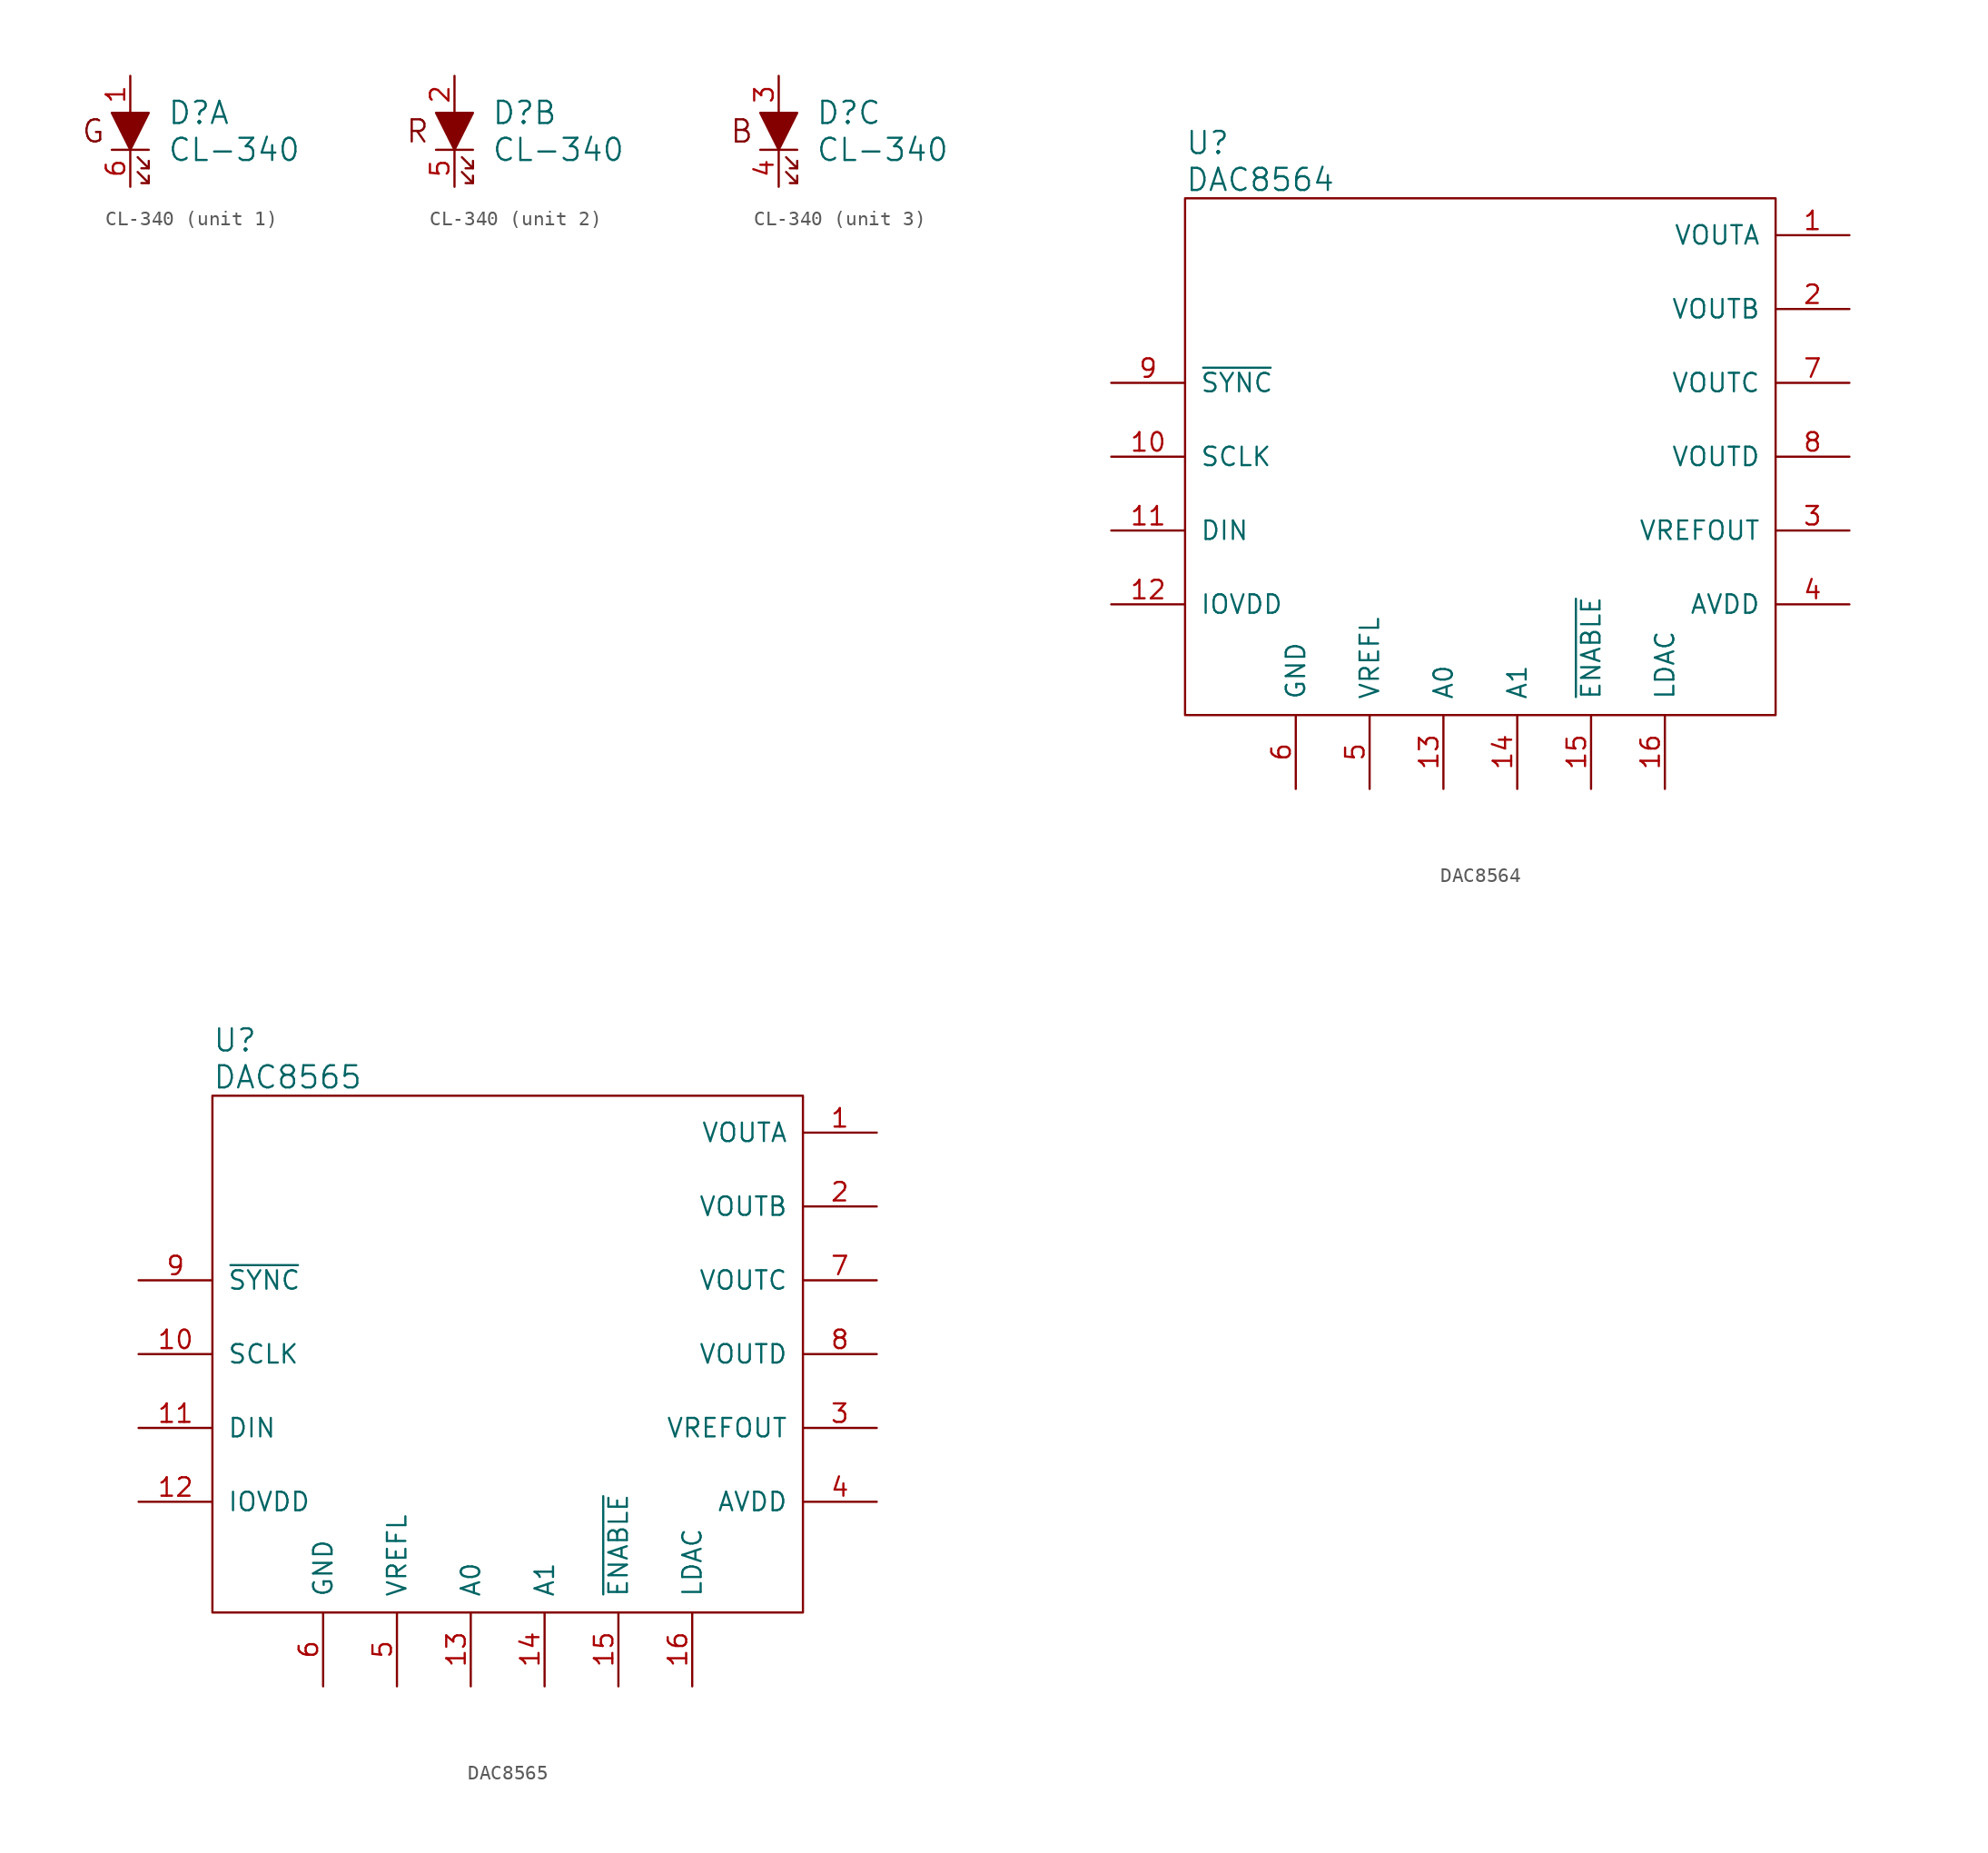
<source format=kicad_sym>
(kicad_symbol_lib
  (version 20211014)
  (generator kicad_symbol_editor)
  (symbol "CL-340"
    (pin_names
      (offset 1.016))
    (property "Reference" "D"
      (at 2.54 1.27 0)
      (effects (font (size 1.524 1.524)) (justify left)))
    (property "Value" "CL-340"
      (at 2.54 -1.27 0)
      (effects (font (size 1.524 1.524)) (justify left)))
    (property "ki_locked" ""
      (at 0 0 0)
      (effects (font (size 1.27 1.27))))
    (symbol "CL-340_0_1"
      (polyline (pts (xy -1.27 -1.27) (xy 1.27 -1.27)) (stroke (width 0) (type default) (color 0 0 0 0)) (fill (type none)))
      (polyline (pts (xy 1.27 -3.556) (xy 0.762 -3.556)) (stroke (width 0) (type default) (color 0 0 0 0)) (fill (type none)))
      (polyline (pts (xy 1.27 -2.54) (xy 0.762 -2.54)) (stroke (width 0) (type default) (color 0 0 0 0)) (fill (type none)))
      (polyline (pts (xy 0.508 -2.794) (xy 1.27 -3.556) (xy 1.27 -3.048)) (stroke (width 0) (type default) (color 0 0 0 0)) (fill (type none)))
      (polyline (pts (xy 0.508 -1.778) (xy 1.27 -2.54) (xy 1.27 -2.032)) (stroke (width 0) (type default) (color 0 0 0 0)) (fill (type none)))
      (polyline (pts (xy -1.27 1.27) (xy 1.27 1.27) (xy 0 -1.27) (xy -1.27 1.27)) (stroke (width 0) (type default) (color 0 0 0 0)) (fill (type outline))))
    (symbol "CL-340_1_0"
      (text "G" (at -2.54 0 0) (effects (font (size 1.524 1.524)))))
    (symbol "CL-340_1_1"
      (pin input line (at 0 3.81 270) (length 2.54) (name "~" (effects (font (size 1.27 1.27)))) (number "1" (effects (font (size 1.27 1.27)))))
      (pin input line (at 0 -3.81 90) (length 2.54) (name "~" (effects (font (size 1.27 1.27)))) (number "6" (effects (font (size 1.27 1.27))))))
    (symbol "CL-340_2_0"
      (text "R" (at -2.54 0 0) (effects (font (size 1.524 1.524)))))
    (symbol "CL-340_2_1"
      (pin input line (at 0 3.81 270) (length 2.54) (name "~" (effects (font (size 1.27 1.27)))) (number "2" (effects (font (size 1.27 1.27)))))
      (pin input line (at 0 -3.81 90) (length 2.54) (name "~" (effects (font (size 1.27 1.27)))) (number "5" (effects (font (size 1.27 1.27))))))
    (symbol "CL-340_3_0"
      (text "B" (at -2.54 0 0) (effects (font (size 1.524 1.524)))))
    (symbol "CL-340_3_1"
      (pin input line (at 0 3.81 270) (length 2.54) (name "~" (effects (font (size 1.27 1.27)))) (number "3" (effects (font (size 1.27 1.27)))))
      (pin input line (at 0 -3.81 90) (length 2.54) (name "~" (effects (font (size 1.27 1.27)))) (number "4" (effects (font (size 1.27 1.27)))))))
  (symbol "DAC8564"
    (pin_names
      (offset 1.016))
    (property "Reference" "U"
      (at -20.32 21.59 0)
      (effects (font (size 1.524 1.524)) (justify left)))
    (property "Value" "DAC8564"
      (at -20.32 19.05 0)
      (effects (font (size 1.524 1.524)) (justify left)))
    (symbol "DAC8564_0_1"
      (rectangle (start -20.32 -17.78) (end 20.32 17.78) (stroke (width 0) (type default) (color 0 0 0 0)) (fill (type none))))
    (symbol "DAC8564_1_1"
      (pin input line (at 25.4 15.24 180) (length 5.08) (name "VOUTA" (effects (font (size 1.27 1.27)))) (number "1" (effects (font (size 1.27 1.27)))))
      (pin input line (at -25.4 0 0) (length 5.08) (name "SCLK" (effects (font (size 1.27 1.27)))) (number "10" (effects (font (size 1.27 1.27)))))
      (pin input line (at -25.4 -5.08 0) (length 5.08) (name "DIN" (effects (font (size 1.27 1.27)))) (number "11" (effects (font (size 1.27 1.27)))))
      (pin input line (at -25.4 -10.16 0) (length 5.08) (name "IOVDD" (effects (font (size 1.27 1.27)))) (number "12" (effects (font (size 1.27 1.27)))))
      (pin input line (at -2.54 -22.86 90) (length 5.08) (name "A0" (effects (font (size 1.27 1.27)))) (number "13" (effects (font (size 1.27 1.27)))))
      (pin input line (at 2.54 -22.86 90) (length 5.08) (name "A1" (effects (font (size 1.27 1.27)))) (number "14" (effects (font (size 1.27 1.27)))))
      (pin input line (at 7.62 -22.86 90) (length 5.08) (name "~{ENABLE}" (effects (font (size 1.27 1.27)))) (number "15" (effects (font (size 1.27 1.27)))))
      (pin input line (at 12.7 -22.86 90) (length 5.08) (name "LDAC" (effects (font (size 1.27 1.27)))) (number "16" (effects (font (size 1.27 1.27)))))
      (pin input line (at 25.4 10.16 180) (length 5.08) (name "VOUTB" (effects (font (size 1.27 1.27)))) (number "2" (effects (font (size 1.27 1.27)))))
      (pin input line (at 25.4 -5.08 180) (length 5.08) (name "VREFOUT" (effects (font (size 1.27 1.27)))) (number "3" (effects (font (size 1.27 1.27)))))
      (pin input line (at 25.4 -10.16 180) (length 5.08) (name "AVDD" (effects (font (size 1.27 1.27)))) (number "4" (effects (font (size 1.27 1.27)))))
      (pin input line (at -7.62 -22.86 90) (length 5.08) (name "VREFL" (effects (font (size 1.27 1.27)))) (number "5" (effects (font (size 1.27 1.27)))))
      (pin input line (at -12.7 -22.86 90) (length 5.08) (name "GND" (effects (font (size 1.27 1.27)))) (number "6" (effects (font (size 1.27 1.27)))))
      (pin input line (at 25.4 5.08 180) (length 5.08) (name "VOUTC" (effects (font (size 1.27 1.27)))) (number "7" (effects (font (size 1.27 1.27)))))
      (pin input line (at 25.4 0 180) (length 5.08) (name "VOUTD" (effects (font (size 1.27 1.27)))) (number "8" (effects (font (size 1.27 1.27)))))
      (pin input line (at -25.4 5.08 0) (length 5.08) (name "~{SYNC}" (effects (font (size 1.27 1.27)))) (number "9" (effects (font (size 1.27 1.27)))))))
  (symbol "DAC8565"
    (pin_names
      (offset 1.016))
    (property "Reference" "U"
      (at -20.32 21.59 0)
      (effects (font (size 1.524 1.524)) (justify left)))
    (property "Value" "DAC8565"
      (at -20.32 19.05 0)
      (effects (font (size 1.524 1.524)) (justify left)))
    (symbol "DAC8565_0_1"
      (rectangle (start -20.32 -17.78) (end 20.32 17.78) (stroke (width 0) (type default) (color 0 0 0 0)) (fill (type none))))
    (symbol "DAC8565_1_1"
      (pin input line (at 25.4 15.24 180) (length 5.08) (name "VOUTA" (effects (font (size 1.27 1.27)))) (number "1" (effects (font (size 1.27 1.27)))))
      (pin input line (at -25.4 0 0) (length 5.08) (name "SCLK" (effects (font (size 1.27 1.27)))) (number "10" (effects (font (size 1.27 1.27)))))
      (pin input line (at -25.4 -5.08 0) (length 5.08) (name "DIN" (effects (font (size 1.27 1.27)))) (number "11" (effects (font (size 1.27 1.27)))))
      (pin input line (at -25.4 -10.16 0) (length 5.08) (name "IOVDD" (effects (font (size 1.27 1.27)))) (number "12" (effects (font (size 1.27 1.27)))))
      (pin input line (at -2.54 -22.86 90) (length 5.08) (name "A0" (effects (font (size 1.27 1.27)))) (number "13" (effects (font (size 1.27 1.27)))))
      (pin input line (at 2.54 -22.86 90) (length 5.08) (name "A1" (effects (font (size 1.27 1.27)))) (number "14" (effects (font (size 1.27 1.27)))))
      (pin input line (at 7.62 -22.86 90) (length 5.08) (name "~{ENABLE}" (effects (font (size 1.27 1.27)))) (number "15" (effects (font (size 1.27 1.27)))))
      (pin input line (at 12.7 -22.86 90) (length 5.08) (name "LDAC" (effects (font (size 1.27 1.27)))) (number "16" (effects (font (size 1.27 1.27)))))
      (pin input line (at 25.4 10.16 180) (length 5.08) (name "VOUTB" (effects (font (size 1.27 1.27)))) (number "2" (effects (font (size 1.27 1.27)))))
      (pin input line (at 25.4 -5.08 180) (length 5.08) (name "VREFOUT" (effects (font (size 1.27 1.27)))) (number "3" (effects (font (size 1.27 1.27)))))
      (pin input line (at 25.4 -10.16 180) (length 5.08) (name "AVDD" (effects (font (size 1.27 1.27)))) (number "4" (effects (font (size 1.27 1.27)))))
      (pin input line (at -7.62 -22.86 90) (length 5.08) (name "VREFL" (effects (font (size 1.27 1.27)))) (number "5" (effects (font (size 1.27 1.27)))))
      (pin input line (at -12.7 -22.86 90) (length 5.08) (name "GND" (effects (font (size 1.27 1.27)))) (number "6" (effects (font (size 1.27 1.27)))))
      (pin input line (at 25.4 5.08 180) (length 5.08) (name "VOUTC" (effects (font (size 1.27 1.27)))) (number "7" (effects (font (size 1.27 1.27)))))
      (pin input line (at 25.4 0 180) (length 5.08) (name "VOUTD" (effects (font (size 1.27 1.27)))) (number "8" (effects (font (size 1.27 1.27)))))
      (pin input line (at -25.4 5.08 0) (length 5.08) (name "~{SYNC}" (effects (font (size 1.27 1.27)))) (number "9" (effects (font (size 1.27 1.27))))))))
</source>
